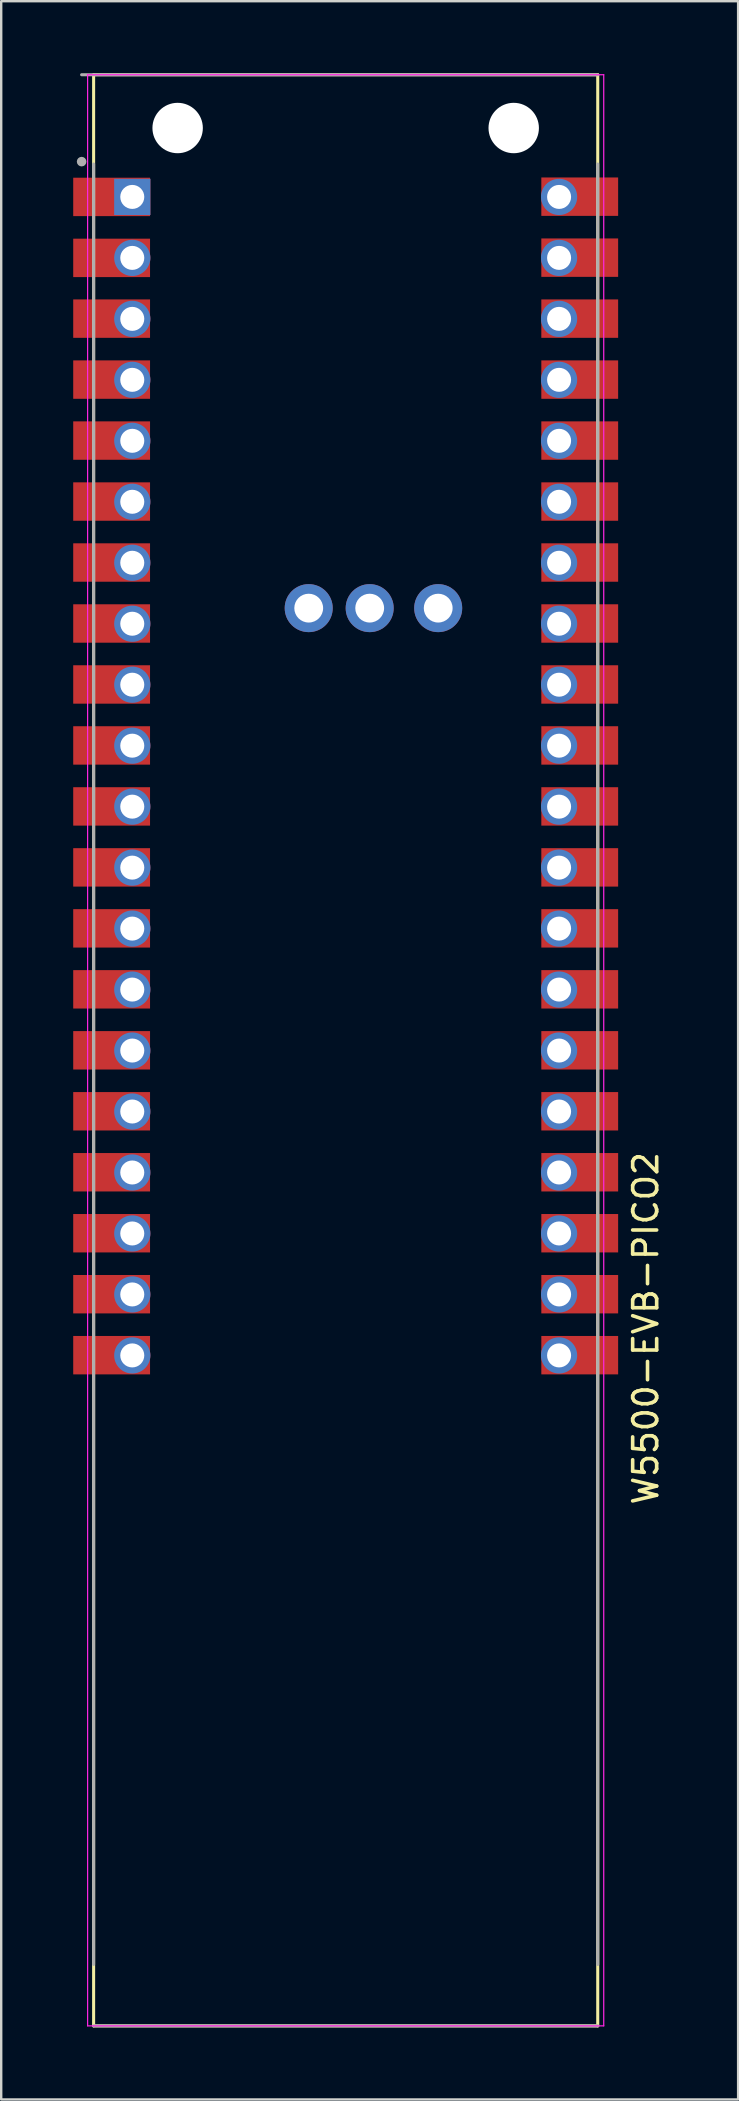
<source format=kicad_pcb>
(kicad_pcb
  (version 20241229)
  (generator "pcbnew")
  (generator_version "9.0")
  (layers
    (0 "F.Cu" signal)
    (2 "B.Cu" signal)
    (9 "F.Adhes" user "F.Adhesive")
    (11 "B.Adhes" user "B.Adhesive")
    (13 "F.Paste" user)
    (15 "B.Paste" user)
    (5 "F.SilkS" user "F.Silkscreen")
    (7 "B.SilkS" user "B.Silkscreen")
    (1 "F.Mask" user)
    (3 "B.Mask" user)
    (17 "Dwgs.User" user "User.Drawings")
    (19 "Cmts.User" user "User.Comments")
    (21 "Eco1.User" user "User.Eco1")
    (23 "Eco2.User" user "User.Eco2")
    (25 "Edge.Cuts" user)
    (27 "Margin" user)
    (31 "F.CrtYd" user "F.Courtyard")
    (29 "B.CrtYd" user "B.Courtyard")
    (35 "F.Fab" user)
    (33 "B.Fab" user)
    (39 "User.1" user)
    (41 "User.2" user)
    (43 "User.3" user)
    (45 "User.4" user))
  (footprint "W5500-EVB-PICO2"
    (layer "F.Cu")
    (at 11.35 41.283)
    (property "Reference" "W5500-EVB-PICO2" (at 12.5 11 90) (layer "F.SilkS") (effects (font (size 1 1) (thickness 0.15))))
    (attr through_hole)
    (fp_line (start -10.5 -41.22) (end 10.5 -41.22) (stroke (width 0.127) (type solid)) (layer "F.SilkS"))
    (fp_line (start -10.5 40.06) (end -10.5 -41.22) (stroke (width 0.127) (type solid)) (layer "F.SilkS"))
    (fp_line (start 10.5 -41.22) (end 10.5 40.06) (stroke (width 0.127) (type solid)) (layer "F.SilkS"))
    (fp_line (start 10.5 40.06) (end -10.5 40.06) (stroke (width 0.127) (type solid)) (layer "F.SilkS"))
    (fp_line (start -10.75 -41.22) (end -10.75 40.06) (stroke (width 0.05) (type solid)) (layer "F.CrtYd"))
    (fp_line (start -10.75 40.06) (end 10.75 40.06) (stroke (width 0.05) (type solid)) (layer "F.CrtYd"))
    (fp_line (start 10.75 -41.22) (end -10.75 -41.22) (stroke (width 0.05) (type solid)) (layer "F.CrtYd"))
    (fp_line (start 10.75 40.06) (end 10.75 -41.22) (stroke (width 0.05) (type solid)) (layer "F.CrtYd"))
    (fp_line (start -11 -41.22) (end 10.5 -41.22) (stroke (width 0.127) (type solid)) (layer "F.Fab"))
    (fp_line (start -10.5 37.5) (end -10.5 -37.5) (stroke (width 0.127) (type solid)) (layer "F.Fab"))
    (fp_line (start 10.5 -37.5) (end 10.5 37.5) (stroke (width 0.127) (type solid)) (layer "F.Fab"))
    (fp_line (start 10.5 40.06) (end -10.5 40.06) (stroke (width 0.127) (type solid)) (layer "F.Fab"))
    (fp_circle (center -11 -37.6) (end -10.9 -37.6) (stroke (width 0.2) (type solid)) (fill no) (layer "F.Fab"))
    (pad "" np_thru_hole circle (at -7 -39) (size 2.1 2.1) (drill 2.1) (layers "*.Cu" "*.Mask"))
    (pad "" np_thru_hole circle (at 7 -39) (size 2.1 2.1) (drill 2.1) (layers "*.Cu" "*.Mask"))
    (pad "1" smd rect (at -9.75 -36.13) (size 3.2 1.6) (layers "F.Cu" "F.Mask" "F.Paste"))
    (pad "1" thru_hole rect (at -8.89 -36.13) (size 1.508 1.508) (drill 1) (layers "*.Cu" "*.Mask"))
    (pad "2" smd rect (at -9.75 -33.59) (size 3.2 1.6) (layers "F.Cu" "F.Mask" "F.Paste"))
    (pad "2" thru_hole circle (at -8.89 -33.59) (size 1.508 1.508) (drill 1) (layers "*.Cu" "*.Mask"))
    (pad "3" smd rect (at -9.75 -31.06) (size 3.2 1.6) (layers "F.Cu" "F.Mask" "F.Paste"))
    (pad "3" thru_hole circle (at -8.89 -31.05) (size 1.508 1.508) (drill 1) (layers "*.Cu" "*.Mask"))
    (pad "4" smd rect (at -9.75 -28.52) (size 3.2 1.6) (layers "F.Cu" "F.Mask" "F.Paste"))
    (pad "4" thru_hole circle (at -8.89 -28.51) (size 1.508 1.508) (drill 1) (layers "*.Cu" "*.Mask"))
    (pad "5" smd rect (at -9.75 -25.98) (size 3.2 1.6) (layers "F.Cu" "F.Mask" "F.Paste"))
    (pad "5" thru_hole circle (at -8.89 -25.97) (size 1.508 1.508) (drill 1) (layers "*.Cu" "*.Mask"))
    (pad "6" smd rect (at -9.75 -23.44) (size 3.2 1.6) (layers "F.Cu" "F.Mask" "F.Paste"))
    (pad "6" thru_hole circle (at -8.89 -23.43) (size 1.508 1.508) (drill 1) (layers "*.Cu" "*.Mask"))
    (pad "7" smd rect (at -9.75 -20.9) (size 3.2 1.6) (layers "F.Cu" "F.Mask" "F.Paste"))
    (pad "7" thru_hole circle (at -8.89 -20.89) (size 1.508 1.508) (drill 1) (layers "*.Cu" "*.Mask"))
    (pad "8" smd rect (at -9.75 -18.36) (size 3.2 1.6) (layers "F.Cu" "F.Mask" "F.Paste"))
    (pad "8" thru_hole circle (at -8.89 -18.35) (size 1.508 1.508) (drill 1) (layers "*.Cu" "*.Mask"))
    (pad "9" smd rect (at -9.75 -15.82) (size 3.2 1.6) (layers "F.Cu" "F.Mask" "F.Paste"))
    (pad "9" thru_hole circle (at -8.89 -15.81) (size 1.508 1.508) (drill 1) (layers "*.Cu" "*.Mask"))
    (pad "10" smd rect (at -9.75 -13.28) (size 3.2 1.6) (layers "F.Cu" "F.Mask" "F.Paste"))
    (pad "10" thru_hole circle (at -8.89 -13.27) (size 1.508 1.508) (drill 1) (layers "*.Cu" "*.Mask"))
    (pad "11" smd rect (at -9.75 -10.74) (size 3.2 1.6) (layers "F.Cu" "F.Mask" "F.Paste"))
    (pad "11" thru_hole circle (at -8.89 -10.73) (size 1.508 1.508) (drill 1) (layers "*.Cu" "*.Mask"))
    (pad "12" smd rect (at -9.75 -8.2) (size 3.2 1.6) (layers "F.Cu" "F.Mask" "F.Paste"))
    (pad "12" thru_hole circle (at -8.89 -8.19) (size 1.508 1.508) (drill 1) (layers "*.Cu" "*.Mask"))
    (pad "13" smd rect (at -9.75 -5.66) (size 3.2 1.6) (layers "F.Cu" "F.Mask" "F.Paste"))
    (pad "13" thru_hole circle (at -8.89 -5.65) (size 1.508 1.508) (drill 1) (layers "*.Cu" "*.Mask"))
    (pad "14" smd rect (at -9.75 -3.12) (size 3.2 1.6) (layers "F.Cu" "F.Mask" "F.Paste"))
    (pad "14" thru_hole circle (at -8.89 -3.11) (size 1.508 1.508) (drill 1) (layers "*.Cu" "*.Mask"))
    (pad "15" smd rect (at -9.75 -0.58) (size 3.2 1.6) (layers "F.Cu" "F.Mask" "F.Paste"))
    (pad "15" thru_hole circle (at -8.89 -0.57) (size 1.508 1.508) (drill 1) (layers "*.Cu" "*.Mask"))
    (pad "16" smd rect (at -9.75 1.96) (size 3.2 1.6) (layers "F.Cu" "F.Mask" "F.Paste"))
    (pad "16" thru_hole circle (at -8.89 1.97) (size 1.508 1.508) (drill 1) (layers "*.Cu" "*.Mask"))
    (pad "17" smd rect (at -9.75 4.5) (size 3.2 1.6) (layers "F.Cu" "F.Mask" "F.Paste"))
    (pad "17" thru_hole circle (at -8.89 4.51) (size 1.508 1.508) (drill 1) (layers "*.Cu" "*.Mask"))
    (pad "18" smd rect (at -9.75 7.04) (size 3.2 1.6) (layers "F.Cu" "F.Mask" "F.Paste"))
    (pad "18" thru_hole circle (at -8.89 7.05) (size 1.508 1.508) (drill 1) (layers "*.Cu" "*.Mask"))
    (pad "19" smd rect (at -9.75 9.58) (size 3.2 1.6) (layers "F.Cu" "F.Mask" "F.Paste"))
    (pad "19" thru_hole circle (at -8.89 9.59) (size 1.508 1.508) (drill 1) (layers "*.Cu" "*.Mask"))
    (pad "20" smd rect (at -9.75 12.12) (size 3.2 1.6) (layers "F.Cu" "F.Mask" "F.Paste"))
    (pad "20" thru_hole circle (at -8.89 12.13) (size 1.508 1.508) (drill 1) (layers "*.Cu" "*.Mask"))
    (pad "21" thru_hole circle (at 8.89 12.13) (size 1.508 1.508) (drill 1) (layers "*.Cu" "*.Mask"))
    (pad "21" smd rect (at 9.75 12.12) (size 3.2 1.6) (layers "F.Cu" "F.Mask" "F.Paste"))
    (pad "22" thru_hole circle (at 8.89 9.59) (size 1.508 1.508) (drill 1) (layers "*.Cu" "*.Mask"))
    (pad "22" smd rect (at 9.75 9.58) (size 3.2 1.6) (layers "F.Cu" "F.Mask" "F.Paste"))
    (pad "23" thru_hole circle (at 8.89 7.05) (size 1.508 1.508) (drill 1) (layers "*.Cu" "*.Mask"))
    (pad "23" smd rect (at 9.75 7.04) (size 3.2 1.6) (layers "F.Cu" "F.Mask" "F.Paste"))
    (pad "24" thru_hole circle (at 8.89 4.51) (size 1.508 1.508) (drill 1) (layers "*.Cu" "*.Mask"))
    (pad "24" smd rect (at 9.75 4.5) (size 3.2 1.6) (layers "F.Cu" "F.Mask" "F.Paste"))
    (pad "25" thru_hole circle (at 8.89 1.97) (size 1.508 1.508) (drill 1) (layers "*.Cu" "*.Mask"))
    (pad "25" smd rect (at 9.75 1.96) (size 3.2 1.6) (layers "F.Cu" "F.Mask" "F.Paste"))
    (pad "26" thru_hole circle (at 8.89 -0.57) (size 1.508 1.508) (drill 1) (layers "*.Cu" "*.Mask"))
    (pad "26" smd rect (at 9.75 -0.58) (size 3.2 1.6) (layers "F.Cu" "F.Mask" "F.Paste"))
    (pad "27" thru_hole circle (at 8.89 -3.11) (size 1.508 1.508) (drill 1) (layers "*.Cu" "*.Mask"))
    (pad "27" smd rect (at 9.75 -3.12) (size 3.2 1.6) (layers "F.Cu" "F.Mask" "F.Paste"))
    (pad "28" thru_hole circle (at 8.89 -5.65) (size 1.508 1.508) (drill 1) (layers "*.Cu" "*.Mask"))
    (pad "28" smd rect (at 9.75 -5.66) (size 3.2 1.6) (layers "F.Cu" "F.Mask" "F.Paste"))
    (pad "29" thru_hole circle (at 8.89 -8.19) (size 1.508 1.508) (drill 1) (layers "*.Cu" "*.Mask"))
    (pad "29" smd rect (at 9.75 -8.2) (size 3.2 1.6) (layers "F.Cu" "F.Mask" "F.Paste"))
    (pad "30" thru_hole circle (at 8.89 -10.73) (size 1.508 1.508) (drill 1) (layers "*.Cu" "*.Mask"))
    (pad "30" smd rect (at 9.75 -10.74) (size 3.2 1.6) (layers "F.Cu" "F.Mask" "F.Paste"))
    (pad "31" thru_hole circle (at 8.89 -13.27) (size 1.508 1.508) (drill 1) (layers "*.Cu" "*.Mask"))
    (pad "31" smd rect (at 9.75 -13.28) (size 3.2 1.6) (layers "F.Cu" "F.Mask" "F.Paste"))
    (pad "32" thru_hole circle (at 8.89 -15.81) (size 1.508 1.508) (drill 1) (layers "*.Cu" "*.Mask"))
    (pad "32" smd rect (at 9.75 -15.82) (size 3.2 1.6) (layers "F.Cu" "F.Mask" "F.Paste"))
    (pad "33" thru_hole circle (at 8.89 -18.35) (size 1.508 1.508) (drill 1) (layers "*.Cu" "*.Mask"))
    (pad "33" smd rect (at 9.75 -18.36) (size 3.2 1.6) (layers "F.Cu" "F.Mask" "F.Paste"))
    (pad "34" thru_hole circle (at 8.89 -20.89) (size 1.508 1.508) (drill 1) (layers "*.Cu" "*.Mask"))
    (pad "34" smd rect (at 9.75 -20.9) (size 3.2 1.6) (layers "F.Cu" "F.Mask" "F.Paste"))
    (pad "35" thru_hole circle (at 8.89 -23.43) (size 1.508 1.508) (drill 1) (layers "*.Cu" "*.Mask"))
    (pad "35" smd rect (at 9.75 -23.44) (size 3.2 1.6) (layers "F.Cu" "F.Mask" "F.Paste"))
    (pad "36" thru_hole circle (at 8.89 -25.97) (size 1.508 1.508) (drill 1) (layers "*.Cu" "*.Mask"))
    (pad "36" smd rect (at 9.75 -25.98) (size 3.2 1.6) (layers "F.Cu" "F.Mask" "F.Paste"))
    (pad "37" thru_hole circle (at 8.89 -28.51) (size 1.508 1.508) (drill 1) (layers "*.Cu" "*.Mask"))
    (pad "37" smd rect (at 9.75 -28.52) (size 3.2 1.6) (layers "F.Cu" "F.Mask" "F.Paste"))
    (pad "38" thru_hole circle (at 8.89 -31.05) (size 1.508 1.508) (drill 1) (layers "*.Cu" "*.Mask"))
    (pad "38" smd rect (at 9.75 -31.06) (size 3.2 1.6) (layers "F.Cu" "F.Mask" "F.Paste"))
    (pad "39" thru_hole circle (at 8.89 -33.59) (size 1.508 1.508) (drill 1) (layers "*.Cu" "*.Mask"))
    (pad "39" smd rect (at 9.75 -33.6) (size 3.2 1.6) (layers "F.Cu" "F.Mask" "F.Paste"))
    (pad "40" thru_hole circle (at 8.89 -36.13) (size 1.508 1.508) (drill 1) (layers "*.Cu" "*.Mask"))
    (pad "40" smd rect (at 9.75 -36.14) (size 3.2 1.6) (layers "F.Cu" "F.Mask" "F.Paste"))
    (pad "41" thru_hole circle (at 3.854 -19 90) (size 2 2) (drill 1.2) (layers "*.Cu" "*.Mask"))
    (pad "42" thru_hole circle (at 1 -19 90) (size 2 2) (drill 1.2) (layers "*.Cu" "*.Mask"))
    (pad "43" thru_hole circle (at -1.54 -19 90) (size 2 2) (drill 1.2) (layers "*.Cu" "*.Mask")))
  (gr_rect
    (start -3 -3)
    (end 27.698 84.407)
    (stroke (width 0.1) (type default))
    (fill no)
    (layer "Edge.Cuts")))
</source>
